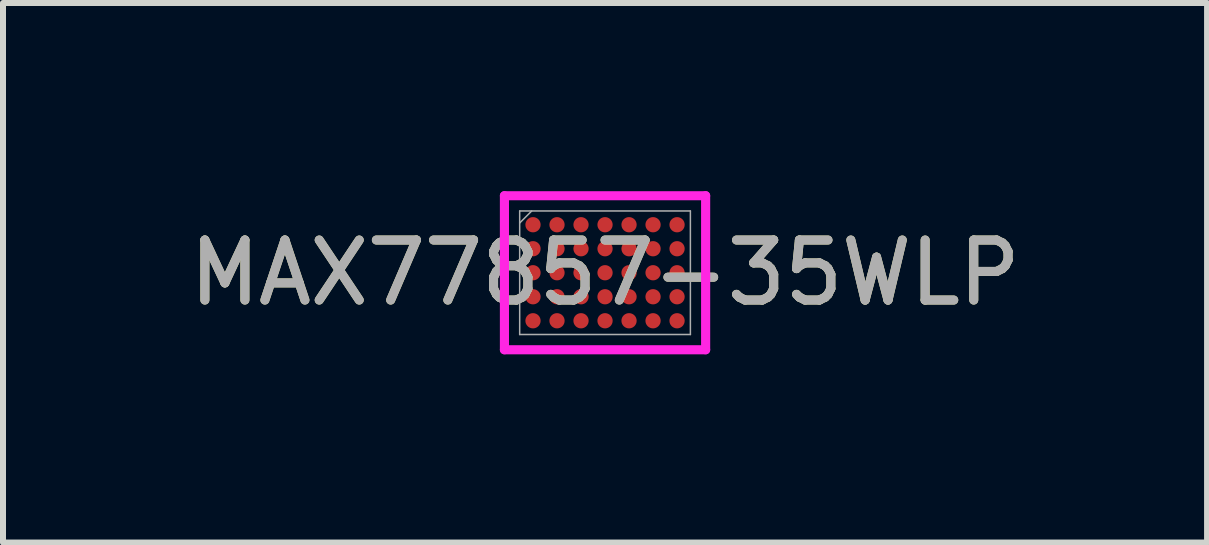
<source format=kicad_pcb>
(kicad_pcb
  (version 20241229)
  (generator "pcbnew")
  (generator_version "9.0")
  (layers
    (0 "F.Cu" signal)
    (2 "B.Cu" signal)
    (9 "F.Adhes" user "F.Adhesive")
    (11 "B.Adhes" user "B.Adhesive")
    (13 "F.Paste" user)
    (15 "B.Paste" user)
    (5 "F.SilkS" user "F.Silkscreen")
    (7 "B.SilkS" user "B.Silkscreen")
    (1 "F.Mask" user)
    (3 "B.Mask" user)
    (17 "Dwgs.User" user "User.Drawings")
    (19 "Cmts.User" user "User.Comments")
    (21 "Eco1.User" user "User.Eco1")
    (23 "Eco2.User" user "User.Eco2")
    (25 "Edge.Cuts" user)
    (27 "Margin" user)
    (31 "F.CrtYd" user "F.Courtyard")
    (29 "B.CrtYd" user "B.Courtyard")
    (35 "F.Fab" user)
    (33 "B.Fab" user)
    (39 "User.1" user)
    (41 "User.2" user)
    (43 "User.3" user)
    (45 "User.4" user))
  (footprint "MAX77857-35WLP"
    (layer "F.Cu")
    (at 7.03 1.494)
    (property "Reference" "MAX77857-35WLP" (at 0 0 0) (unlocked yes) (layer "F.SilkS") (effects (font (size 1 1) (thickness 0.15))))
    (attr smd)
    (fp_poly (pts (xy -1.845 -1.444) (xy 1.845 -1.444) (xy 1.845 1.444) (xy -1.845 1.444)) (stroke (width 0.1) (type solid)) (fill no) (layer "Eco2.User"))
    (fp_line (start -1.676 -1.283) (end 1.676 -1.283) (stroke (width 0.152) (type solid)) (layer "F.CrtYd"))
    (fp_line (start -1.676 1.283) (end -1.676 -1.283) (stroke (width 0.152) (type solid)) (layer "F.CrtYd"))
    (fp_line (start 1.676 -1.283) (end 1.676 1.283) (stroke (width 0.152) (type solid)) (layer "F.CrtYd"))
    (fp_line (start 1.676 1.283) (end -1.676 1.283) (stroke (width 0.152) (type solid)) (layer "F.CrtYd"))
    (fp_line (start -1.422 -1.029) (end -1.422 1.029) (stroke (width 0.025) (type solid)) (layer "F.Fab"))
    (fp_line (start -1.422 1.029) (end 1.422 1.029) (stroke (width 0.025) (type solid)) (layer "F.Fab"))
    (fp_line (start -1.222 -1.029) (end -1.422 -0.829) (stroke (width 0.025) (type solid)) (layer "F.Fab"))
    (fp_line (start 1.422 -1.029) (end -1.422 -1.029) (stroke (width 0.025) (type solid)) (layer "F.Fab"))
    (fp_line (start 1.422 1.029) (end 1.422 -1.029) (stroke (width 0.025) (type solid)) (layer "F.Fab"))
    (fp_text user "${REFERENCE}" (at 0 0 0) (unlocked yes) (layer "F.Fab") (effects (font (size 1 1) (thickness 0.15))))
    (pad "A1" smd circle (at -1.2 -0.8) (size 0.254 0.254) (layers "F.Cu" "F.Mask" "F.Paste"))
    (pad "A2" smd circle (at -0.8 -0.8) (size 0.254 0.254) (layers "F.Cu" "F.Mask" "F.Paste"))
    (pad "A3" smd circle (at -0.4 -0.8) (size 0.254 0.254) (layers "F.Cu" "F.Mask" "F.Paste"))
    (pad "A4" smd circle (at 0 -0.8) (size 0.254 0.254) (layers "F.Cu" "F.Mask" "F.Paste"))
    (pad "A5" smd circle (at 0.4 -0.8) (size 0.254 0.254) (layers "F.Cu" "F.Mask" "F.Paste"))
    (pad "A6" smd circle (at 0.8 -0.8) (size 0.254 0.254) (layers "F.Cu" "F.Mask" "F.Paste"))
    (pad "A7" smd circle (at 1.2 -0.8) (size 0.254 0.254) (layers "F.Cu" "F.Mask" "F.Paste"))
    (pad "B1" smd circle (at -1.2 -0.4) (size 0.254 0.254) (layers "F.Cu" "F.Mask" "F.Paste"))
    (pad "B2" smd circle (at -0.8 -0.4) (size 0.254 0.254) (layers "F.Cu" "F.Mask" "F.Paste"))
    (pad "B3" smd circle (at -0.4 -0.4) (size 0.254 0.254) (layers "F.Cu" "F.Mask" "F.Paste"))
    (pad "B4" smd circle (at 0 -0.4) (size 0.254 0.254) (layers "F.Cu" "F.Mask" "F.Paste"))
    (pad "B5" smd circle (at 0.4 -0.4) (size 0.254 0.254) (layers "F.Cu" "F.Mask" "F.Paste"))
    (pad "B6" smd circle (at 0.8 -0.4) (size 0.254 0.254) (layers "F.Cu" "F.Mask" "F.Paste"))
    (pad "B7" smd circle (at 1.2 -0.4) (size 0.254 0.254) (layers "F.Cu" "F.Mask" "F.Paste"))
    (pad "C1" smd circle (at -1.2 0) (size 0.254 0.254) (layers "F.Cu" "F.Mask" "F.Paste"))
    (pad "C2" smd circle (at -0.8 0) (size 0.254 0.254) (layers "F.Cu" "F.Mask" "F.Paste"))
    (pad "C3" smd circle (at -0.4 0) (size 0.254 0.254) (layers "F.Cu" "F.Mask" "F.Paste"))
    (pad "C4" smd circle (at 0 0) (size 0.254 0.254) (layers "F.Cu" "F.Mask" "F.Paste"))
    (pad "C5" smd circle (at 0.4 0) (size 0.254 0.254) (layers "F.Cu" "F.Mask" "F.Paste"))
    (pad "C6" smd circle (at 0.8 0) (size 0.254 0.254) (layers "F.Cu" "F.Mask" "F.Paste"))
    (pad "C7" smd circle (at 1.2 0) (size 0.254 0.254) (layers "F.Cu" "F.Mask" "F.Paste"))
    (pad "D1" smd circle (at -1.2 0.4) (size 0.254 0.254) (layers "F.Cu" "F.Mask" "F.Paste"))
    (pad "D2" smd circle (at -0.8 0.4) (size 0.254 0.254) (layers "F.Cu" "F.Mask" "F.Paste"))
    (pad "D3" smd circle (at -0.4 0.4) (size 0.254 0.254) (layers "F.Cu" "F.Mask" "F.Paste"))
    (pad "D4" smd circle (at 0 0.4) (size 0.254 0.254) (layers "F.Cu" "F.Mask" "F.Paste"))
    (pad "D5" smd circle (at 0.4 0.4) (size 0.254 0.254) (layers "F.Cu" "F.Mask" "F.Paste"))
    (pad "D6" smd circle (at 0.8 0.4) (size 0.254 0.254) (layers "F.Cu" "F.Mask" "F.Paste"))
    (pad "D7" smd circle (at 1.2 0.4) (size 0.254 0.254) (layers "F.Cu" "F.Mask" "F.Paste"))
    (pad "E1" smd circle (at -1.2 0.8) (size 0.254 0.254) (layers "F.Cu" "F.Mask" "F.Paste"))
    (pad "E2" smd circle (at -0.8 0.8) (size 0.254 0.254) (layers "F.Cu" "F.Mask" "F.Paste"))
    (pad "E3" smd circle (at -0.4 0.8) (size 0.254 0.254) (layers "F.Cu" "F.Mask" "F.Paste"))
    (pad "E4" smd circle (at 0 0.8) (size 0.254 0.254) (layers "F.Cu" "F.Mask" "F.Paste"))
    (pad "E5" smd circle (at 0.4 0.8) (size 0.254 0.254) (layers "F.Cu" "F.Mask" "F.Paste"))
    (pad "E6" smd circle (at 0.8 0.8) (size 0.254 0.254) (layers "F.Cu" "F.Mask" "F.Paste"))
    (pad "E7" smd circle (at 1.2 0.8) (size 0.254 0.254) (layers "F.Cu" "F.Mask" "F.Paste")))
  (gr_rect
    (start -3 -3)
    (end 17.06 5.989)
    (stroke (width 0.1) (type default))
    (fill no)
    (layer "Edge.Cuts")))
</source>
